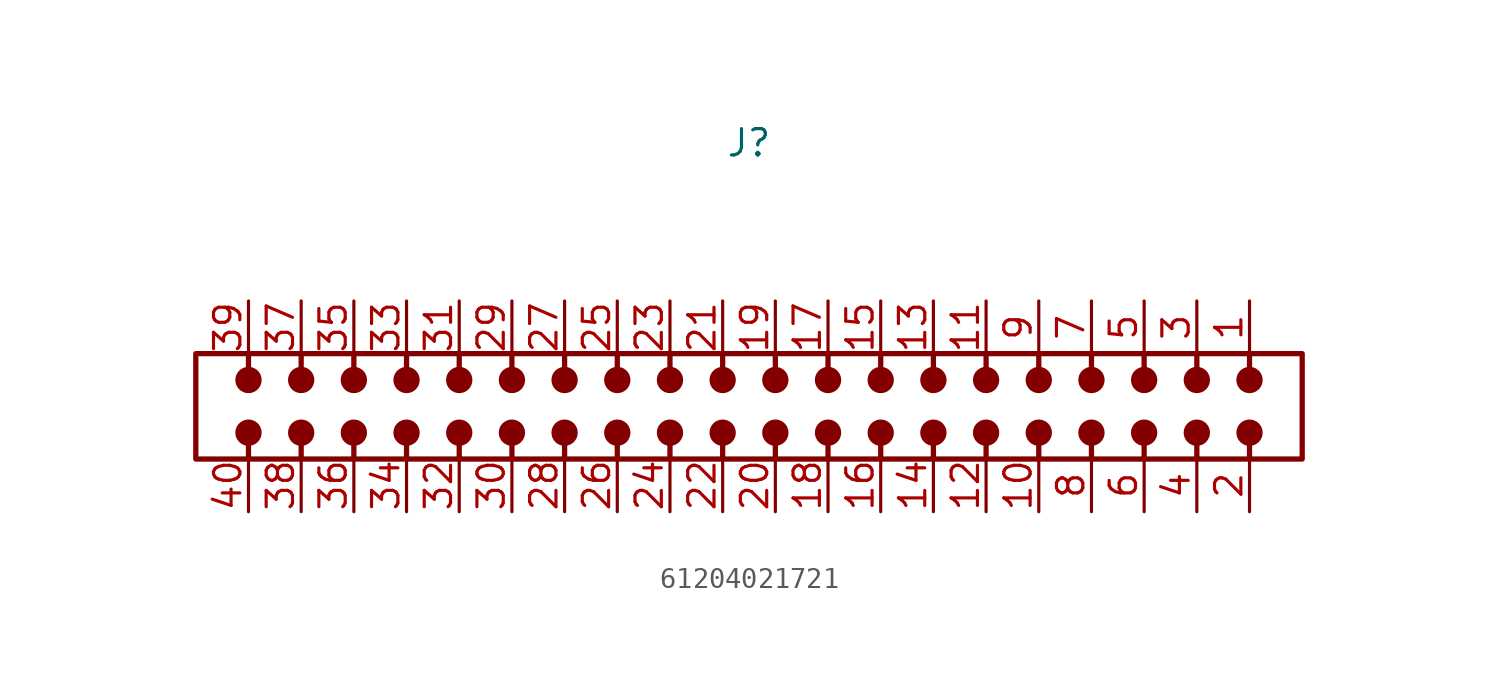
<source format=kicad_sym>
(kicad_symbol_lib
  (version 20241209)
  (generator "kicad_symbol_editor")
  (generator_version "9.0")
  (symbol "61204021721"
    (pin_names
      (hide yes))
    (property "Reference" "J"
      (at 0 12.7 0)
      (effects (font (size 1.27 1.27))))
    (symbol "61204021721_1_1"
      (polyline (pts (xy -24.13 1.778) (xy -24.13 2.54)) (stroke (width 0.254) (type solid)) (fill (type none)))
      (circle (center -24.13 1.27) (radius 0.508) (stroke (width 0.254) (type solid)) (fill (type outline)))
      (circle (center -24.13 -1.27) (radius 0.508) (stroke (width 0.254) (type solid)) (fill (type outline)))
      (polyline (pts (xy -24.13 -1.778) (xy -24.13 -2.54)) (stroke (width 0.254) (type solid)) (fill (type none)))
      (polyline (pts (xy -21.59 1.778) (xy -21.59 2.54)) (stroke (width 0.254) (type solid)) (fill (type none)))
      (circle (center -21.59 1.27) (radius 0.508) (stroke (width 0.254) (type solid)) (fill (type outline)))
      (circle (center -21.59 -1.27) (radius 0.508) (stroke (width 0.254) (type solid)) (fill (type outline)))
      (polyline (pts (xy -21.59 -1.778) (xy -21.59 -2.54)) (stroke (width 0.254) (type solid)) (fill (type none)))
      (polyline (pts (xy -19.05 1.778) (xy -19.05 2.54)) (stroke (width 0.254) (type solid)) (fill (type none)))
      (circle (center -19.05 1.27) (radius 0.508) (stroke (width 0.254) (type solid)) (fill (type outline)))
      (circle (center -19.05 -1.27) (radius 0.508) (stroke (width 0.254) (type solid)) (fill (type outline)))
      (polyline (pts (xy -19.05 -1.778) (xy -19.05 -2.54)) (stroke (width 0.254) (type solid)) (fill (type none)))
      (polyline (pts (xy -16.51 1.778) (xy -16.51 2.54)) (stroke (width 0.254) (type solid)) (fill (type none)))
      (circle (center -16.51 1.27) (radius 0.508) (stroke (width 0.254) (type solid)) (fill (type outline)))
      (circle (center -16.51 -1.27) (radius 0.508) (stroke (width 0.254) (type solid)) (fill (type outline)))
      (polyline (pts (xy -16.51 -1.778) (xy -16.51 -2.54)) (stroke (width 0.254) (type solid)) (fill (type none)))
      (polyline (pts (xy -13.97 1.778) (xy -13.97 2.54)) (stroke (width 0.254) (type solid)) (fill (type none)))
      (circle (center -13.97 1.27) (radius 0.508) (stroke (width 0.254) (type solid)) (fill (type outline)))
      (circle (center -13.97 -1.27) (radius 0.508) (stroke (width 0.254) (type solid)) (fill (type outline)))
      (polyline (pts (xy -13.97 -1.778) (xy -13.97 -2.54)) (stroke (width 0.254) (type solid)) (fill (type none)))
      (polyline (pts (xy -11.43 1.778) (xy -11.43 2.54)) (stroke (width 0.254) (type solid)) (fill (type none)))
      (circle (center -11.43 1.27) (radius 0.508) (stroke (width 0.254) (type solid)) (fill (type outline)))
      (circle (center -11.43 -1.27) (radius 0.508) (stroke (width 0.254) (type solid)) (fill (type outline)))
      (polyline (pts (xy -11.43 -1.778) (xy -11.43 -2.54)) (stroke (width 0.254) (type solid)) (fill (type none)))
      (polyline (pts (xy -8.89 1.778) (xy -8.89 2.54)) (stroke (width 0.254) (type solid)) (fill (type none)))
      (circle (center -8.89 1.27) (radius 0.508) (stroke (width 0.254) (type solid)) (fill (type outline)))
      (circle (center -8.89 -1.27) (radius 0.508) (stroke (width 0.254) (type solid)) (fill (type outline)))
      (polyline (pts (xy -8.89 -1.778) (xy -8.89 -2.54)) (stroke (width 0.254) (type solid)) (fill (type none)))
      (polyline (pts (xy -6.35 1.778) (xy -6.35 2.54)) (stroke (width 0.254) (type solid)) (fill (type none)))
      (circle (center -6.35 1.27) (radius 0.508) (stroke (width 0.254) (type solid)) (fill (type outline)))
      (circle (center -6.35 -1.27) (radius 0.508) (stroke (width 0.254) (type solid)) (fill (type outline)))
      (polyline (pts (xy -6.35 -1.778) (xy -6.35 -2.54)) (stroke (width 0.254) (type solid)) (fill (type none)))
      (polyline (pts (xy -3.81 1.778) (xy -3.81 2.54)) (stroke (width 0.254) (type solid)) (fill (type none)))
      (circle (center -3.81 1.27) (radius 0.508) (stroke (width 0.254) (type solid)) (fill (type outline)))
      (circle (center -3.81 -1.27) (radius 0.508) (stroke (width 0.254) (type solid)) (fill (type outline)))
      (polyline (pts (xy -3.81 -1.778) (xy -3.81 -2.54)) (stroke (width 0.254) (type solid)) (fill (type none)))
      (polyline (pts (xy -1.27 1.778) (xy -1.27 2.54)) (stroke (width 0.254) (type solid)) (fill (type none)))
      (circle (center -1.27 1.27) (radius 0.508) (stroke (width 0.254) (type solid)) (fill (type outline)))
      (circle (center -1.27 -1.27) (radius 0.508) (stroke (width 0.254) (type solid)) (fill (type outline)))
      (polyline (pts (xy -1.27 -1.778) (xy -1.27 -2.54)) (stroke (width 0.254) (type solid)) (fill (type none)))
      (polyline (pts (xy 1.27 1.778) (xy 1.27 2.54)) (stroke (width 0.254) (type solid)) (fill (type none)))
      (circle (center 1.27 1.27) (radius 0.508) (stroke (width 0.254) (type solid)) (fill (type outline)))
      (circle (center 1.27 -1.27) (radius 0.508) (stroke (width 0.254) (type solid)) (fill (type outline)))
      (polyline (pts (xy 1.27 -1.778) (xy 1.27 -2.54)) (stroke (width 0.254) (type solid)) (fill (type none)))
      (polyline (pts (xy 3.81 1.778) (xy 3.81 2.54)) (stroke (width 0.254) (type solid)) (fill (type none)))
      (circle (center 3.81 1.27) (radius 0.508) (stroke (width 0.254) (type solid)) (fill (type outline)))
      (circle (center 3.81 -1.27) (radius 0.508) (stroke (width 0.254) (type solid)) (fill (type outline)))
      (polyline (pts (xy 3.81 -1.778) (xy 3.81 -2.54)) (stroke (width 0.254) (type solid)) (fill (type none)))
      (polyline (pts (xy 6.35 1.778) (xy 6.35 2.54)) (stroke (width 0.254) (type solid)) (fill (type none)))
      (circle (center 6.35 1.27) (radius 0.508) (stroke (width 0.254) (type solid)) (fill (type outline)))
      (circle (center 6.35 -1.27) (radius 0.508) (stroke (width 0.254) (type solid)) (fill (type outline)))
      (polyline (pts (xy 6.35 -1.778) (xy 6.35 -2.54)) (stroke (width 0.254) (type solid)) (fill (type none)))
      (polyline (pts (xy 8.89 1.778) (xy 8.89 2.54)) (stroke (width 0.254) (type solid)) (fill (type none)))
      (circle (center 8.89 1.27) (radius 0.508) (stroke (width 0.254) (type solid)) (fill (type outline)))
      (circle (center 8.89 -1.27) (radius 0.508) (stroke (width 0.254) (type solid)) (fill (type outline)))
      (polyline (pts (xy 8.89 -1.778) (xy 8.89 -2.54)) (stroke (width 0.254) (type solid)) (fill (type none)))
      (polyline (pts (xy 11.43 1.778) (xy 11.43 2.54)) (stroke (width 0.254) (type solid)) (fill (type none)))
      (circle (center 11.43 1.27) (radius 0.508) (stroke (width 0.254) (type solid)) (fill (type outline)))
      (circle (center 11.43 -1.27) (radius 0.508) (stroke (width 0.254) (type solid)) (fill (type outline)))
      (polyline (pts (xy 11.43 -1.778) (xy 11.43 -2.54)) (stroke (width 0.254) (type solid)) (fill (type none)))
      (polyline (pts (xy 13.97 1.778) (xy 13.97 2.54)) (stroke (width 0.254) (type solid)) (fill (type none)))
      (circle (center 13.97 1.27) (radius 0.508) (stroke (width 0.254) (type solid)) (fill (type outline)))
      (circle (center 13.97 -1.27) (radius 0.508) (stroke (width 0.254) (type solid)) (fill (type outline)))
      (polyline (pts (xy 13.97 -1.778) (xy 13.97 -2.54)) (stroke (width 0.254) (type solid)) (fill (type none)))
      (polyline (pts (xy 16.51 1.778) (xy 16.51 2.54)) (stroke (width 0.254) (type solid)) (fill (type none)))
      (circle (center 16.51 1.27) (radius 0.508) (stroke (width 0.254) (type solid)) (fill (type outline)))
      (circle (center 16.51 -1.27) (radius 0.508) (stroke (width 0.254) (type solid)) (fill (type outline)))
      (polyline (pts (xy 16.51 -1.778) (xy 16.51 -2.54)) (stroke (width 0.254) (type solid)) (fill (type none)))
      (polyline (pts (xy 19.05 1.778) (xy 19.05 2.54)) (stroke (width 0.254) (type solid)) (fill (type none)))
      (circle (center 19.05 1.27) (radius 0.508) (stroke (width 0.254) (type solid)) (fill (type outline)))
      (circle (center 19.05 -1.27) (radius 0.508) (stroke (width 0.254) (type solid)) (fill (type outline)))
      (polyline (pts (xy 19.05 -1.778) (xy 19.05 -2.54)) (stroke (width 0.254) (type solid)) (fill (type none)))
      (polyline (pts (xy 21.59 1.778) (xy 21.59 2.54)) (stroke (width 0.254) (type solid)) (fill (type none)))
      (circle (center 21.59 1.27) (radius 0.508) (stroke (width 0.254) (type solid)) (fill (type outline)))
      (circle (center 21.59 -1.27) (radius 0.508) (stroke (width 0.254) (type solid)) (fill (type outline)))
      (polyline (pts (xy 21.59 -1.778) (xy 21.59 -2.54)) (stroke (width 0.254) (type solid)) (fill (type none)))
      (polyline (pts (xy 24.13 1.778) (xy 24.13 2.54)) (stroke (width 0.254) (type solid)) (fill (type none)))
      (circle (center 24.13 1.27) (radius 0.508) (stroke (width 0.254) (type solid)) (fill (type outline)))
      (circle (center 24.13 -1.27) (radius 0.508) (stroke (width 0.254) (type solid)) (fill (type outline)))
      (polyline (pts (xy 24.13 -1.778) (xy 24.13 -2.54)) (stroke (width 0.254) (type solid)) (fill (type none)))
      (rectangle (start 26.67 -2.54) (end -26.67 2.54) (stroke (width 0.254) (type solid)) (fill (type none)))
      (pin passive line (at -24.13 5.08 270) (length 2.54) (name "39" (effects (font (size 1.27 1.27)))) (number "39" (effects (font (size 1.27 1.27)))))
      (pin passive line (at -24.13 -5.08 90) (length 2.54) (name "40" (effects (font (size 1.27 1.27)))) (number "40" (effects (font (size 1.27 1.27)))))
      (pin passive line (at -21.59 5.08 270) (length 2.54) (name "37" (effects (font (size 1.27 1.27)))) (number "37" (effects (font (size 1.27 1.27)))))
      (pin passive line (at -21.59 -5.08 90) (length 2.54) (name "38" (effects (font (size 1.27 1.27)))) (number "38" (effects (font (size 1.27 1.27)))))
      (pin passive line (at -19.05 5.08 270) (length 2.54) (name "35" (effects (font (size 1.27 1.27)))) (number "35" (effects (font (size 1.27 1.27)))))
      (pin passive line (at -19.05 -5.08 90) (length 2.54) (name "36" (effects (font (size 1.27 1.27)))) (number "36" (effects (font (size 1.27 1.27)))))
      (pin passive line (at -16.51 5.08 270) (length 2.54) (name "33" (effects (font (size 1.27 1.27)))) (number "33" (effects (font (size 1.27 1.27)))))
      (pin passive line (at -16.51 -5.08 90) (length 2.54) (name "34" (effects (font (size 1.27 1.27)))) (number "34" (effects (font (size 1.27 1.27)))))
      (pin passive line (at -13.97 5.08 270) (length 2.54) (name "31" (effects (font (size 1.27 1.27)))) (number "31" (effects (font (size 1.27 1.27)))))
      (pin passive line (at -13.97 -5.08 90) (length 2.54) (name "32" (effects (font (size 1.27 1.27)))) (number "32" (effects (font (size 1.27 1.27)))))
      (pin passive line (at -11.43 5.08 270) (length 2.54) (name "29" (effects (font (size 1.27 1.27)))) (number "29" (effects (font (size 1.27 1.27)))))
      (pin passive line (at -11.43 -5.08 90) (length 2.54) (name "30" (effects (font (size 1.27 1.27)))) (number "30" (effects (font (size 1.27 1.27)))))
      (pin passive line (at -8.89 5.08 270) (length 2.54) (name "27" (effects (font (size 1.27 1.27)))) (number "27" (effects (font (size 1.27 1.27)))))
      (pin passive line (at -8.89 -5.08 90) (length 2.54) (name "28" (effects (font (size 1.27 1.27)))) (number "28" (effects (font (size 1.27 1.27)))))
      (pin passive line (at -6.35 5.08 270) (length 2.54) (name "25" (effects (font (size 1.27 1.27)))) (number "25" (effects (font (size 1.27 1.27)))))
      (pin passive line (at -6.35 -5.08 90) (length 2.54) (name "26" (effects (font (size 1.27 1.27)))) (number "26" (effects (font (size 1.27 1.27)))))
      (pin passive line (at -3.81 5.08 270) (length 2.54) (name "23" (effects (font (size 1.27 1.27)))) (number "23" (effects (font (size 1.27 1.27)))))
      (pin passive line (at -3.81 -5.08 90) (length 2.54) (name "24" (effects (font (size 1.27 1.27)))) (number "24" (effects (font (size 1.27 1.27)))))
      (pin passive line (at -1.27 5.08 270) (length 2.54) (name "21" (effects (font (size 1.27 1.27)))) (number "21" (effects (font (size 1.27 1.27)))))
      (pin passive line (at -1.27 -5.08 90) (length 2.54) (name "22" (effects (font (size 1.27 1.27)))) (number "22" (effects (font (size 1.27 1.27)))))
      (pin passive line (at 1.27 5.08 270) (length 2.54) (name "19" (effects (font (size 1.27 1.27)))) (number "19" (effects (font (size 1.27 1.27)))))
      (pin passive line (at 1.27 -5.08 90) (length 2.54) (name "20" (effects (font (size 1.27 1.27)))) (number "20" (effects (font (size 1.27 1.27)))))
      (pin passive line (at 3.81 5.08 270) (length 2.54) (name "17" (effects (font (size 1.27 1.27)))) (number "17" (effects (font (size 1.27 1.27)))))
      (pin passive line (at 3.81 -5.08 90) (length 2.54) (name "18" (effects (font (size 1.27 1.27)))) (number "18" (effects (font (size 1.27 1.27)))))
      (pin passive line (at 6.35 5.08 270) (length 2.54) (name "15" (effects (font (size 1.27 1.27)))) (number "15" (effects (font (size 1.27 1.27)))))
      (pin passive line (at 6.35 -5.08 90) (length 2.54) (name "16" (effects (font (size 1.27 1.27)))) (number "16" (effects (font (size 1.27 1.27)))))
      (pin passive line (at 8.89 5.08 270) (length 2.54) (name "13" (effects (font (size 1.27 1.27)))) (number "13" (effects (font (size 1.27 1.27)))))
      (pin passive line (at 8.89 -5.08 90) (length 2.54) (name "14" (effects (font (size 1.27 1.27)))) (number "14" (effects (font (size 1.27 1.27)))))
      (pin passive line (at 11.43 5.08 270) (length 2.54) (name "11" (effects (font (size 1.27 1.27)))) (number "11" (effects (font (size 1.27 1.27)))))
      (pin passive line (at 11.43 -5.08 90) (length 2.54) (name "12" (effects (font (size 1.27 1.27)))) (number "12" (effects (font (size 1.27 1.27)))))
      (pin passive line (at 13.97 5.08 270) (length 2.54) (name "9" (effects (font (size 1.27 1.27)))) (number "9" (effects (font (size 1.27 1.27)))))
      (pin passive line (at 13.97 -5.08 90) (length 2.54) (name "10" (effects (font (size 1.27 1.27)))) (number "10" (effects (font (size 1.27 1.27)))))
      (pin passive line (at 16.51 5.08 270) (length 2.54) (name "7" (effects (font (size 1.27 1.27)))) (number "7" (effects (font (size 1.27 1.27)))))
      (pin passive line (at 16.51 -5.08 90) (length 2.54) (name "8" (effects (font (size 1.27 1.27)))) (number "8" (effects (font (size 1.27 1.27)))))
      (pin passive line (at 19.05 5.08 270) (length 2.54) (name "5" (effects (font (size 1.27 1.27)))) (number "5" (effects (font (size 1.27 1.27)))))
      (pin passive line (at 19.05 -5.08 90) (length 2.54) (name "6" (effects (font (size 1.27 1.27)))) (number "6" (effects (font (size 1.27 1.27)))))
      (pin passive line (at 21.59 5.08 270) (length 2.54) (name "3" (effects (font (size 1.27 1.27)))) (number "3" (effects (font (size 1.27 1.27)))))
      (pin passive line (at 21.59 -5.08 90) (length 2.54) (name "4" (effects (font (size 1.27 1.27)))) (number "4" (effects (font (size 1.27 1.27)))))
      (pin passive line (at 24.13 5.08 270) (length 2.54) (name "1" (effects (font (size 1.27 1.27)))) (number "1" (effects (font (size 1.27 1.27)))))
      (pin passive line (at 24.13 -5.08 90) (length 2.54) (name "2" (effects (font (size 1.27 1.27)))) (number "2" (effects (font (size 1.27 1.27))))))))
</source>
